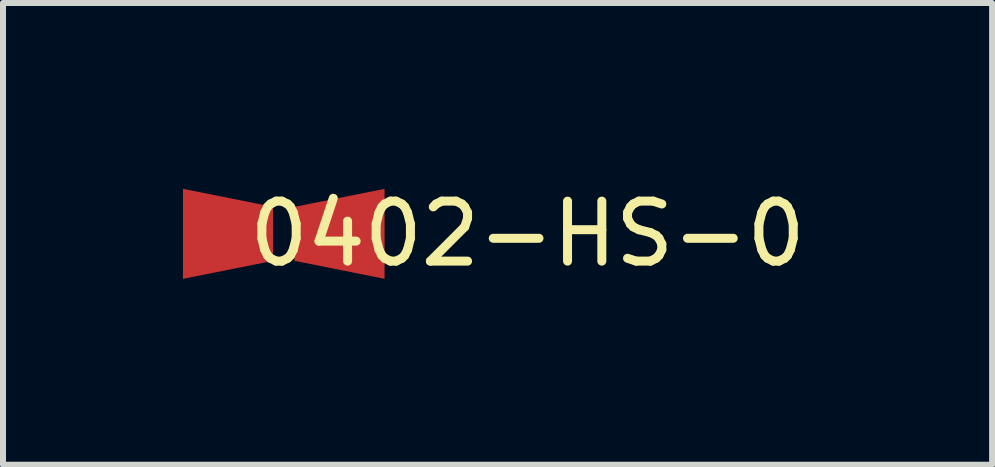
<source format=kicad_pcb>
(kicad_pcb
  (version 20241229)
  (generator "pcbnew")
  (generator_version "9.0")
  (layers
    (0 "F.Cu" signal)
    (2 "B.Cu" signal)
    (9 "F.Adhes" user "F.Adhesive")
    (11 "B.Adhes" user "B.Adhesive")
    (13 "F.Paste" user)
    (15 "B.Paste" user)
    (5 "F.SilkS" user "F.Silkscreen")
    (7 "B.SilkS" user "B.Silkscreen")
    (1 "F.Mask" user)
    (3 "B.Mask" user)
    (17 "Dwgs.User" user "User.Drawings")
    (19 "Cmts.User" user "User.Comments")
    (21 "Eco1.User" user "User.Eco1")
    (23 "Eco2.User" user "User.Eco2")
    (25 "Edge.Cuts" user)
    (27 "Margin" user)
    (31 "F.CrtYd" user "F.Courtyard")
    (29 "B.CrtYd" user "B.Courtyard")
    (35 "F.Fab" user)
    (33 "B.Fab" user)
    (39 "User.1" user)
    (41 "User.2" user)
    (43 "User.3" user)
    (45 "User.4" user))
  (footprint "0402-HS-0"
    (layer "F.Cu")
    (at 1.68 0.848)
    (property "Reference" "0402-HS-0" (at 4.064 0 0) (layer "F.SilkS") (effects (font (size 1 1) (thickness 0.15))))
    (attr through_hole)
    (pad "1" smd trapezoid (at -0.93 0) (size 1.5 1.2) (rect_delta 0.3 0) (layers "F.Cu" "F.Mask" "F.Paste"))
    (pad "2" smd trapezoid (at 0.93 0) (size 1.5 1.2) (rect_delta -0.3 0) (layers "F.Cu" "F.Mask" "F.Paste")))
  (gr_rect
    (start -3 -3)
    (end 13.488 4.697)
    (stroke (width 0.1) (type default))
    (fill no)
    (layer "Edge.Cuts")))
</source>
